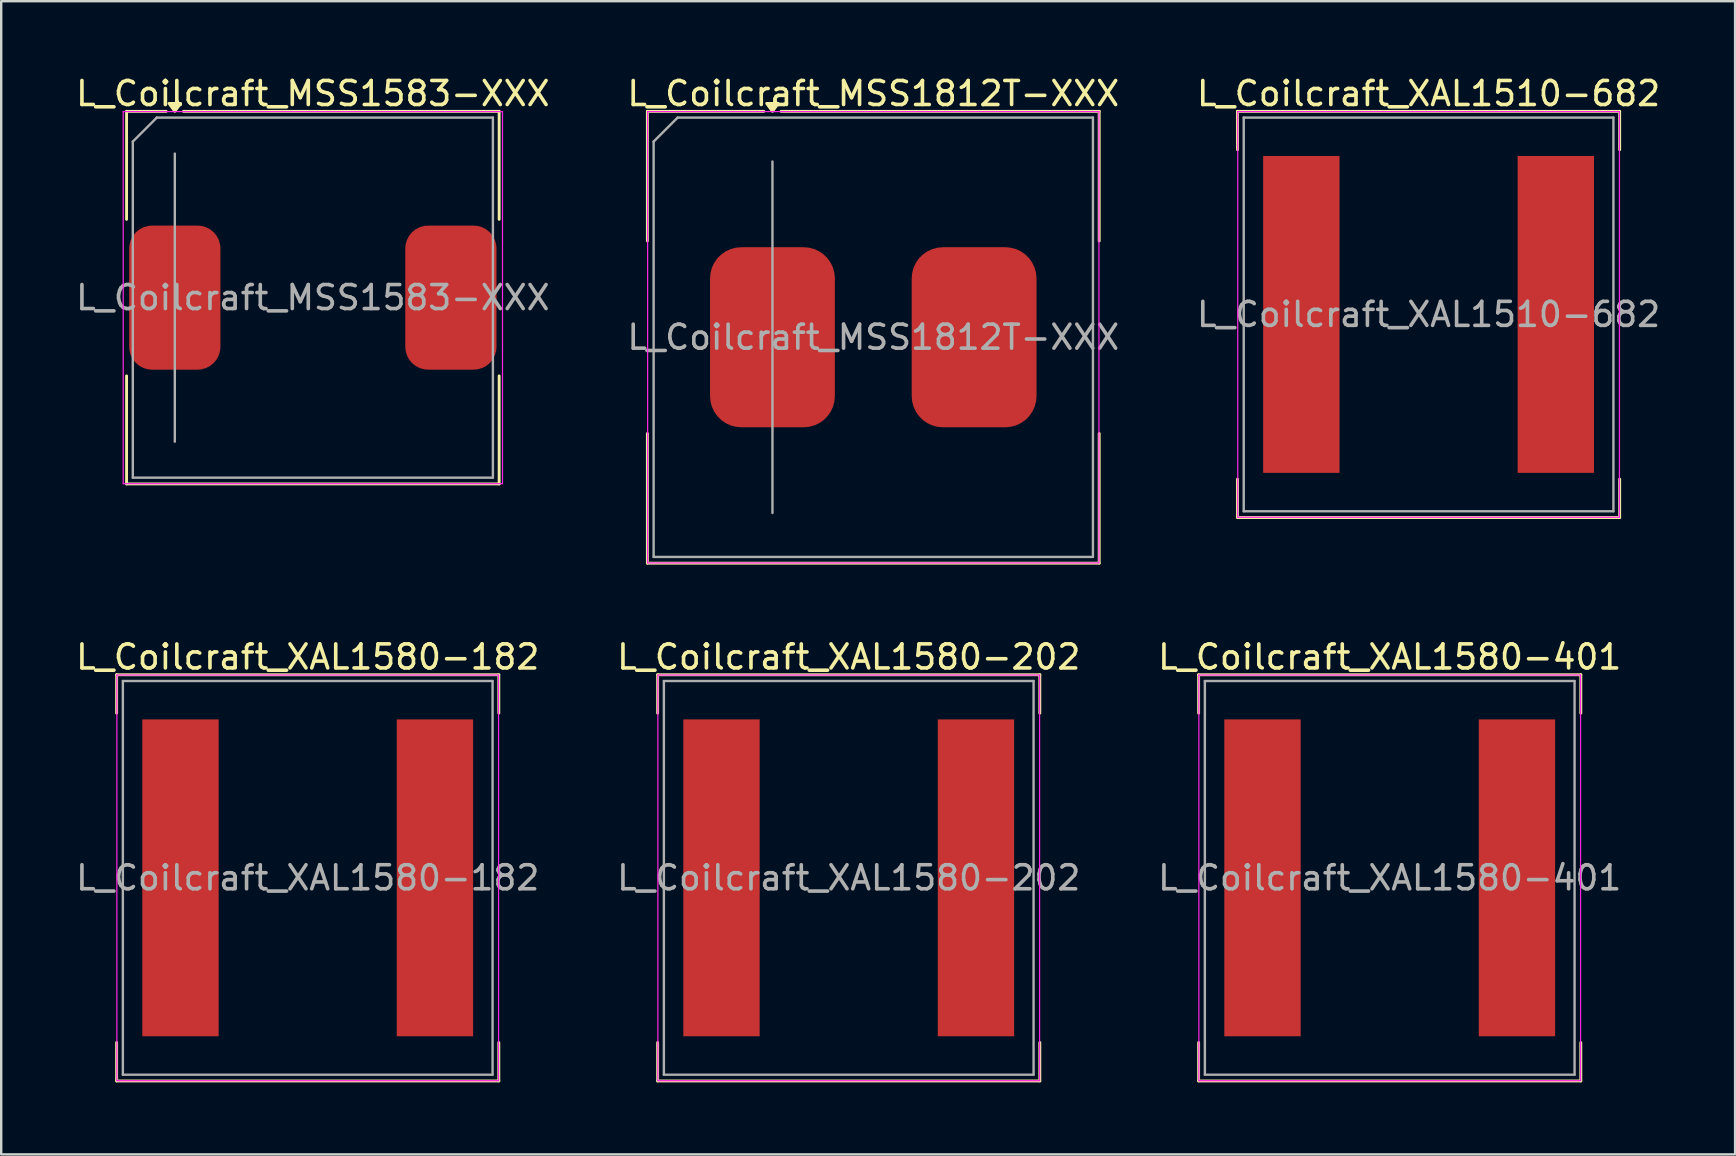
<source format=kicad_pcb>
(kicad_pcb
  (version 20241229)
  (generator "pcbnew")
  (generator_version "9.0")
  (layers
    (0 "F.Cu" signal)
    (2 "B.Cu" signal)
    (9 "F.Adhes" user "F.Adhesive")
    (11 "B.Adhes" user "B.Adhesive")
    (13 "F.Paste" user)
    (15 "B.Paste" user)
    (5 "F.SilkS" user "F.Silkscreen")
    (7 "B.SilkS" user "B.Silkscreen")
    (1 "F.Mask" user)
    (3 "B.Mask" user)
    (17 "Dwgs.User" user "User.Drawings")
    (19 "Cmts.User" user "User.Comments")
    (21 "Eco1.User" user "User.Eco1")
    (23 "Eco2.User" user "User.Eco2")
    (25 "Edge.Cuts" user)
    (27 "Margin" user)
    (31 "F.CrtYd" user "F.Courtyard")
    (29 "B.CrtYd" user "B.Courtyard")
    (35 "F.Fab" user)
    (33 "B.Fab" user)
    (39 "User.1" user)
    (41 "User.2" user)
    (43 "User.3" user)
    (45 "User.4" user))
  (footprint "L_Coilcraft_XAL1580-202"
    (layer "F.Cu")
    (at 32.304 33.517)
    (property "Reference" "L_Coilcraft_XAL1580-202" (at 0 -9.2 0) (layer "F.SilkS") (effects (font (size 1 1) (thickness 0.15))))
    (attr smd)
    (fp_line (start -7.96 -8.46) (end -7.96 -6.86) (stroke (width 0.12) (type solid)) (layer "F.SilkS"))
    (fp_line (start -7.96 -8.46) (end 7.96 -8.46) (stroke (width 0.12) (type solid)) (layer "F.SilkS"))
    (fp_line (start -7.96 8.46) (end -7.96 6.86) (stroke (width 0.12) (type solid)) (layer "F.SilkS"))
    (fp_line (start -7.96 8.46) (end 7.96 8.46) (stroke (width 0.12) (type solid)) (layer "F.SilkS"))
    (fp_line (start 7.96 -8.46) (end 7.96 -6.86) (stroke (width 0.12) (type solid)) (layer "F.SilkS"))
    (fp_line (start 7.96 8.46) (end 7.96 6.86) (stroke (width 0.12) (type solid)) (layer "F.SilkS"))
    (fp_line (start -7.95 -8.45) (end -7.95 8.45) (stroke (width 0.05) (type solid)) (layer "F.CrtYd"))
    (fp_line (start -7.95 8.45) (end 7.95 8.45) (stroke (width 0.05) (type solid)) (layer "F.CrtYd"))
    (fp_line (start 7.95 -8.45) (end -7.95 -8.45) (stroke (width 0.05) (type solid)) (layer "F.CrtYd"))
    (fp_line (start 7.95 8.45) (end 7.95 -8.45) (stroke (width 0.05) (type solid)) (layer "F.CrtYd"))
    (fp_line (start -7.7 -8.2) (end -7.7 8.2) (stroke (width 0.1) (type solid)) (layer "F.Fab"))
    (fp_line (start -7.7 8.2) (end 7.7 8.2) (stroke (width 0.1) (type solid)) (layer "F.Fab"))
    (fp_line (start 7.7 -8.2) (end -7.7 -8.2) (stroke (width 0.1) (type solid)) (layer "F.Fab"))
    (fp_line (start 7.7 8.2) (end 7.7 -8.2) (stroke (width 0.1) (type solid)) (layer "F.Fab"))
    (fp_text user "${REFERENCE}" (at 0 0 0) (layer "F.Fab") (effects (font (size 1 1) (thickness 0.15))))
    (pad "1" smd rect (at -5.3 0) (size 3.18 13.2) (layers "F.Cu" "F.Mask" "F.Paste"))
    (pad "2" smd rect (at 5.3 0) (size 3.18 13.2) (layers "F.Cu" "F.Mask" "F.Paste")))
  (footprint "L_Coilcraft_XAL1580-182"
    (layer "F.Cu")
    (at 9.768 33.517)
    (property "Reference" "L_Coilcraft_XAL1580-182" (at 0 -9.2 0) (layer "F.SilkS") (effects (font (size 1 1) (thickness 0.15))))
    (attr smd)
    (fp_line (start -7.96 -8.46) (end -7.96 -6.86) (stroke (width 0.12) (type solid)) (layer "F.SilkS"))
    (fp_line (start -7.96 -8.46) (end 7.96 -8.46) (stroke (width 0.12) (type solid)) (layer "F.SilkS"))
    (fp_line (start -7.96 8.46) (end -7.96 6.86) (stroke (width 0.12) (type solid)) (layer "F.SilkS"))
    (fp_line (start -7.96 8.46) (end 7.96 8.46) (stroke (width 0.12) (type solid)) (layer "F.SilkS"))
    (fp_line (start 7.96 -8.46) (end 7.96 -6.86) (stroke (width 0.12) (type solid)) (layer "F.SilkS"))
    (fp_line (start 7.96 8.46) (end 7.96 6.86) (stroke (width 0.12) (type solid)) (layer "F.SilkS"))
    (fp_line (start -7.95 -8.45) (end -7.95 8.45) (stroke (width 0.05) (type solid)) (layer "F.CrtYd"))
    (fp_line (start -7.95 8.45) (end 7.95 8.45) (stroke (width 0.05) (type solid)) (layer "F.CrtYd"))
    (fp_line (start 7.95 -8.45) (end -7.95 -8.45) (stroke (width 0.05) (type solid)) (layer "F.CrtYd"))
    (fp_line (start 7.95 8.45) (end 7.95 -8.45) (stroke (width 0.05) (type solid)) (layer "F.CrtYd"))
    (fp_line (start -7.7 -8.2) (end -7.7 8.2) (stroke (width 0.1) (type solid)) (layer "F.Fab"))
    (fp_line (start -7.7 8.2) (end 7.7 8.2) (stroke (width 0.1) (type solid)) (layer "F.Fab"))
    (fp_line (start 7.7 -8.2) (end -7.7 -8.2) (stroke (width 0.1) (type solid)) (layer "F.Fab"))
    (fp_line (start 7.7 8.2) (end 7.7 -8.2) (stroke (width 0.1) (type solid)) (layer "F.Fab"))
    (fp_text user "${REFERENCE}" (at 0 0 0) (layer "F.Fab") (effects (font (size 1 1) (thickness 0.15))))
    (pad "1" smd rect (at -5.3 0) (size 3.18 13.2) (layers "F.Cu" "F.Mask" "F.Paste"))
    (pad "2" smd rect (at 5.3 0) (size 3.18 13.2) (layers "F.Cu" "F.Mask" "F.Paste")))
  (footprint "L_Coilcraft_XAL1580-401"
    (layer "F.Cu")
    (at 54.839 33.517)
    (property "Reference" "L_Coilcraft_XAL1580-401" (at 0 -9.2 0) (layer "F.SilkS") (effects (font (size 1 1) (thickness 0.15))))
    (attr smd)
    (fp_line (start -7.96 -8.46) (end -7.96 -6.86) (stroke (width 0.12) (type solid)) (layer "F.SilkS"))
    (fp_line (start -7.96 -8.46) (end 7.96 -8.46) (stroke (width 0.12) (type solid)) (layer "F.SilkS"))
    (fp_line (start -7.96 8.46) (end -7.96 6.86) (stroke (width 0.12) (type solid)) (layer "F.SilkS"))
    (fp_line (start -7.96 8.46) (end 7.96 8.46) (stroke (width 0.12) (type solid)) (layer "F.SilkS"))
    (fp_line (start 7.96 -8.46) (end 7.96 -6.86) (stroke (width 0.12) (type solid)) (layer "F.SilkS"))
    (fp_line (start 7.96 8.46) (end 7.96 6.86) (stroke (width 0.12) (type solid)) (layer "F.SilkS"))
    (fp_line (start -7.95 -8.45) (end -7.95 8.45) (stroke (width 0.05) (type solid)) (layer "F.CrtYd"))
    (fp_line (start -7.95 8.45) (end 7.95 8.45) (stroke (width 0.05) (type solid)) (layer "F.CrtYd"))
    (fp_line (start 7.95 -8.45) (end -7.95 -8.45) (stroke (width 0.05) (type solid)) (layer "F.CrtYd"))
    (fp_line (start 7.95 8.45) (end 7.95 -8.45) (stroke (width 0.05) (type solid)) (layer "F.CrtYd"))
    (fp_line (start -7.7 -8.2) (end -7.7 8.2) (stroke (width 0.1) (type solid)) (layer "F.Fab"))
    (fp_line (start -7.7 8.2) (end 7.7 8.2) (stroke (width 0.1) (type solid)) (layer "F.Fab"))
    (fp_line (start 7.7 -8.2) (end -7.7 -8.2) (stroke (width 0.1) (type solid)) (layer "F.Fab"))
    (fp_line (start 7.7 8.2) (end 7.7 -8.2) (stroke (width 0.1) (type solid)) (layer "F.Fab"))
    (fp_text user "${REFERENCE}" (at 0 0 0) (layer "F.Fab") (effects (font (size 1 1) (thickness 0.15))))
    (pad "1" smd rect (at -5.3 0) (size 3.18 13.2) (layers "F.Cu" "F.Mask" "F.Paste"))
    (pad "2" smd rect (at 5.3 0) (size 3.18 13.2) (layers "F.Cu" "F.Mask" "F.Paste")))
  (footprint "L_Coilcraft_XAL1510-682"
    (layer "F.Cu")
    (at 56.458 10.048)
    (property "Reference" "L_Coilcraft_XAL1510-682" (at 0 -9.2 0) (layer "F.SilkS") (effects (font (size 1 1) (thickness 0.15))))
    (attr smd)
    (fp_line (start -7.96 -8.46) (end -7.96 -6.86) (stroke (width 0.12) (type solid)) (layer "F.SilkS"))
    (fp_line (start -7.96 -8.46) (end 7.96 -8.46) (stroke (width 0.12) (type solid)) (layer "F.SilkS"))
    (fp_line (start -7.96 8.46) (end -7.96 6.86) (stroke (width 0.12) (type solid)) (layer "F.SilkS"))
    (fp_line (start -7.96 8.46) (end 7.96 8.46) (stroke (width 0.12) (type solid)) (layer "F.SilkS"))
    (fp_line (start 7.96 -8.46) (end 7.96 -6.86) (stroke (width 0.12) (type solid)) (layer "F.SilkS"))
    (fp_line (start 7.96 8.46) (end 7.96 6.86) (stroke (width 0.12) (type solid)) (layer "F.SilkS"))
    (fp_line (start -7.95 -8.45) (end -7.95 8.45) (stroke (width 0.05) (type solid)) (layer "F.CrtYd"))
    (fp_line (start -7.95 8.45) (end 7.95 8.45) (stroke (width 0.05) (type solid)) (layer "F.CrtYd"))
    (fp_line (start 7.95 -8.45) (end -7.95 -8.45) (stroke (width 0.05) (type solid)) (layer "F.CrtYd"))
    (fp_line (start 7.95 8.45) (end 7.95 -8.45) (stroke (width 0.05) (type solid)) (layer "F.CrtYd"))
    (fp_line (start -7.7 -8.2) (end -7.7 8.2) (stroke (width 0.1) (type solid)) (layer "F.Fab"))
    (fp_line (start -7.7 8.2) (end 7.7 8.2) (stroke (width 0.1) (type solid)) (layer "F.Fab"))
    (fp_line (start 7.7 -8.2) (end -7.7 -8.2) (stroke (width 0.1) (type solid)) (layer "F.Fab"))
    (fp_line (start 7.7 8.2) (end 7.7 -8.2) (stroke (width 0.1) (type solid)) (layer "F.Fab"))
    (fp_text user "${REFERENCE}" (at 0 0 0) (layer "F.Fab") (effects (font (size 1 1) (thickness 0.15))))
    (pad "1" smd rect (at -5.3 0) (size 3.18 13.2) (layers "F.Cu" "F.Mask" "F.Paste"))
    (pad "2" smd rect (at 5.3 0) (size 3.18 13.2) (layers "F.Cu" "F.Mask" "F.Paste")))
  (footprint "L_Coilcraft_MSS1812T-XXX"
    (layer "F.Cu")
    (at 33.327 10.998)
    (property "Reference" "L_Coilcraft_MSS1812T-XXX" (at 0 -10.15 0) (layer "F.SilkS") (effects (font (size 1 1) (thickness 0.15))))
    (attr smd)
    (fp_line (start -9.41 -9.41) (end -9.41 -4.01) (stroke (width 0.12) (type solid)) (layer "F.SilkS"))
    (fp_line (start -9.41 -9.41) (end -4.56 -9.41) (stroke (width 0.12) (type solid)) (layer "F.SilkS"))
    (fp_line (start -9.41 9.41) (end -9.41 4.01) (stroke (width 0.12) (type solid)) (layer "F.SilkS"))
    (fp_line (start -9.41 9.41) (end 9.41 9.41) (stroke (width 0.12) (type solid)) (layer "F.SilkS"))
    (fp_line (start -3.84 -9.41) (end 9.41 -9.41) (stroke (width 0.12) (type solid)) (layer "F.SilkS"))
    (fp_line (start 9.41 -9.41) (end 9.41 -4.01) (stroke (width 0.12) (type solid)) (layer "F.SilkS"))
    (fp_line (start 9.41 9.41) (end 9.41 4.01) (stroke (width 0.12) (type solid)) (layer "F.SilkS"))
    (fp_poly (pts (xy -4.2 -9.41) (xy -4.44 -9.74) (xy -3.96 -9.74) (xy -4.2 -9.41)) (stroke (width 0.12) (type solid)) (fill yes) (layer "F.SilkS"))
    (fp_line (start -9.4 -9.4) (end -9.4 9.4) (stroke (width 0.05) (type solid)) (layer "F.CrtYd"))
    (fp_line (start -9.4 9.4) (end 9.4 9.4) (stroke (width 0.05) (type solid)) (layer "F.CrtYd"))
    (fp_line (start 9.4 -9.4) (end -9.4 -9.4) (stroke (width 0.05) (type solid)) (layer "F.CrtYd"))
    (fp_line (start 9.4 9.4) (end 9.4 -9.4) (stroke (width 0.05) (type solid)) (layer "F.CrtYd"))
    (fp_line (start -9.15 -8.15) (end -8.15 -9.15) (stroke (width 0.1) (type solid)) (layer "F.Fab"))
    (fp_line (start -9.15 9.15) (end -9.15 -8.15) (stroke (width 0.1) (type solid)) (layer "F.Fab"))
    (fp_line (start -8.15 -9.15) (end 9.15 -9.15) (stroke (width 0.1) (type solid)) (layer "F.Fab"))
    (fp_line (start -4.2 7.32) (end -4.2 -7.32) (stroke (width 0.1) (type solid)) (layer "F.Fab"))
    (fp_line (start 9.15 -9.15) (end 9.15 9.15) (stroke (width 0.1) (type solid)) (layer "F.Fab"))
    (fp_line (start 9.15 9.15) (end -9.15 9.15) (stroke (width 0.1) (type solid)) (layer "F.Fab"))
    (fp_text user "${REFERENCE}" (at 0 0 0) (layer "F.Fab") (effects (font (size 1 1) (thickness 0.15))))
    (pad "1" smd roundrect (at -4.2 0) (size 5.2 7.5) (layers "F.Cu" "F.Mask" "F.Paste") (roundrect_rratio 0.25))
    (pad "2" smd roundrect (at 4.2 0) (size 5.2 7.5) (layers "F.Cu" "F.Mask" "F.Paste") (roundrect_rratio 0.25)))
  (footprint "L_Coilcraft_MSS1583-XXX"
    (layer "F.Cu")
    (at 9.982 9.348)
    (property "Reference" "L_Coilcraft_MSS1583-XXX" (at 0 -8.5 0) (layer "F.SilkS") (effects (font (size 1 1) (thickness 0.15))))
    (attr smd)
    (fp_line (start -7.76 -7.76) (end -7.76 -3.26) (stroke (width 0.12) (type solid)) (layer "F.SilkS"))
    (fp_line (start -7.76 -7.76) (end -6.11 -7.76) (stroke (width 0.12) (type solid)) (layer "F.SilkS"))
    (fp_line (start -7.76 7.76) (end -7.76 3.26) (stroke (width 0.12) (type solid)) (layer "F.SilkS"))
    (fp_line (start -7.76 7.76) (end 7.76 7.76) (stroke (width 0.12) (type solid)) (layer "F.SilkS"))
    (fp_line (start -5.39 -7.76) (end 7.76 -7.76) (stroke (width 0.12) (type solid)) (layer "F.SilkS"))
    (fp_line (start 7.76 -7.76) (end 7.76 -3.26) (stroke (width 0.12) (type solid)) (layer "F.SilkS"))
    (fp_line (start 7.76 7.76) (end 7.76 3.26) (stroke (width 0.12) (type solid)) (layer "F.SilkS"))
    (fp_poly (pts (xy -5.75 -7.76) (xy -5.99 -8.09) (xy -5.51 -8.09) (xy -5.75 -7.76)) (stroke (width 0.12) (type solid)) (fill yes) (layer "F.SilkS"))
    (fp_line (start -7.9 -7.75) (end -7.9 7.75) (stroke (width 0.05) (type solid)) (layer "F.CrtYd"))
    (fp_line (start -7.9 7.75) (end 7.9 7.75) (stroke (width 0.05) (type solid)) (layer "F.CrtYd"))
    (fp_line (start 7.9 -7.75) (end -7.9 -7.75) (stroke (width 0.05) (type solid)) (layer "F.CrtYd"))
    (fp_line (start 7.9 7.75) (end 7.9 -7.75) (stroke (width 0.05) (type solid)) (layer "F.CrtYd"))
    (fp_line (start -7.5 -6.5) (end -6.5 -7.5) (stroke (width 0.1) (type solid)) (layer "F.Fab"))
    (fp_line (start -7.5 7.5) (end -7.5 -6.5) (stroke (width 0.1) (type solid)) (layer "F.Fab"))
    (fp_line (start -6.5 -7.5) (end 7.5 -7.5) (stroke (width 0.1) (type solid)) (layer "F.Fab"))
    (fp_line (start -5.75 6) (end -5.75 -6) (stroke (width 0.1) (type solid)) (layer "F.Fab"))
    (fp_line (start 7.5 -7.5) (end 7.5 7.5) (stroke (width 0.1) (type solid)) (layer "F.Fab"))
    (fp_line (start 7.5 7.5) (end -7.5 7.5) (stroke (width 0.1) (type solid)) (layer "F.Fab"))
    (fp_text user "${REFERENCE}" (at 0 0 0) (layer "F.Fab") (effects (font (size 1 1) (thickness 0.15))))
    (pad "1" smd roundrect (at -5.75 0) (size 3.8 6) (layers "F.Cu" "F.Mask" "F.Paste") (roundrect_rratio 0.25))
    (pad "2" smd roundrect (at 5.75 0) (size 3.8 6) (layers "F.Cu" "F.Mask" "F.Paste") (roundrect_rratio 0.25)))
  (gr_rect
    (start -3 -3)
    (end 69.226 45.036)
    (stroke (width 0.1) (type default))
    (fill no)
    (layer "Edge.Cuts")))
</source>
